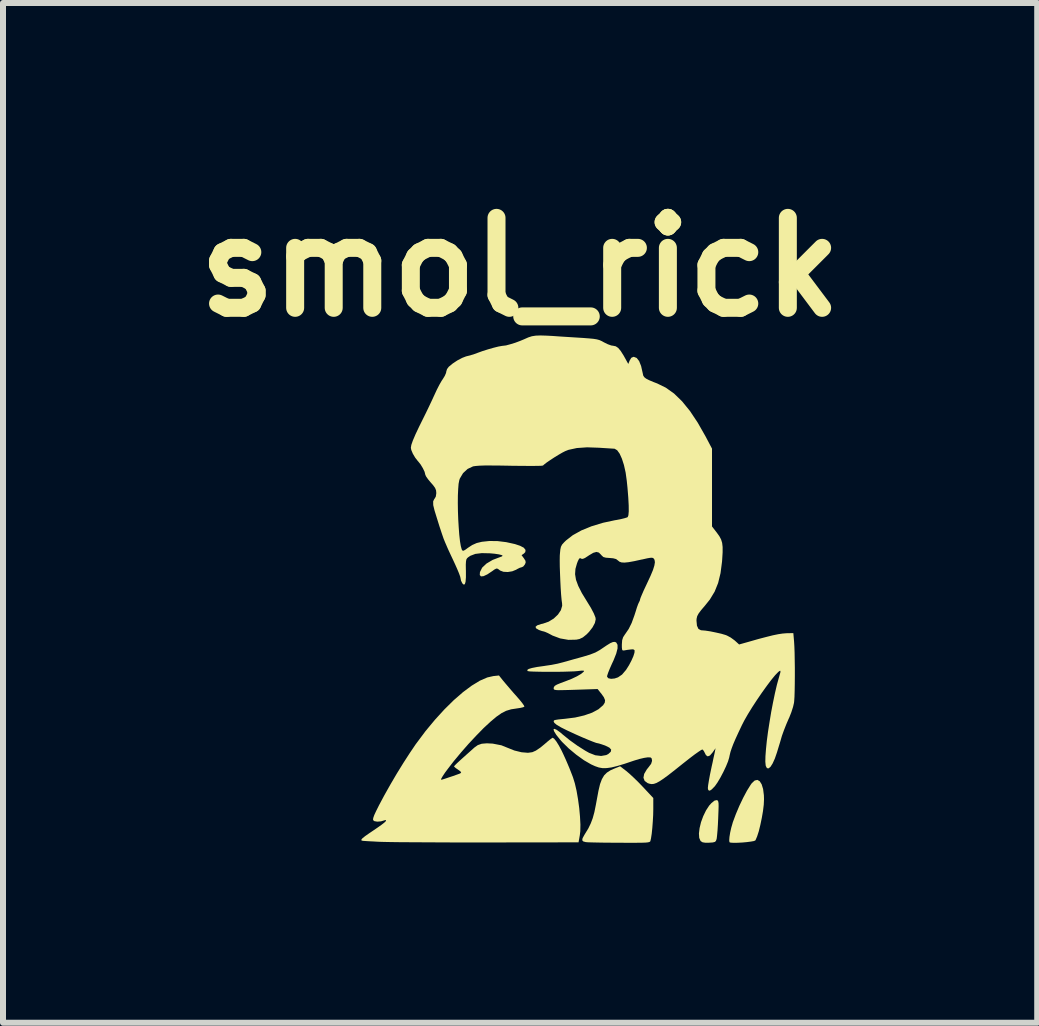
<source format=kicad_pcb>
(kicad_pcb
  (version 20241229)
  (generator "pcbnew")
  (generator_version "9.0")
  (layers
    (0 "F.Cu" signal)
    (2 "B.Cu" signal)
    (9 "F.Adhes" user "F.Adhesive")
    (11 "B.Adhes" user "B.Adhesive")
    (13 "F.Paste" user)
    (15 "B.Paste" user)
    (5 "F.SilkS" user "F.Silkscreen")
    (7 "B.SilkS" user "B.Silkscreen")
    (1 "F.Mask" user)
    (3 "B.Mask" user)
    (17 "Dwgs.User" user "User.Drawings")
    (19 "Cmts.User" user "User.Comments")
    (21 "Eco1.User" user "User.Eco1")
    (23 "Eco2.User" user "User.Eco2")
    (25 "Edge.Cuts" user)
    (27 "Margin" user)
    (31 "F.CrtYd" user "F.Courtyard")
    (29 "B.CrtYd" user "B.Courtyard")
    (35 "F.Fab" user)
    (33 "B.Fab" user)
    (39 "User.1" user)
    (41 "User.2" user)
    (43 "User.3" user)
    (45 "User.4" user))
  (footprint "smol_rick"
    (layer "F.Cu")
    (at 6.421 7.404)
    (property "Reference" "smol_rick" (at -0.8 -6 0) (layer "F.SilkS") (effects (font (size 1.5 1.5) (thickness 0.3))))
    (attr board_only exclude_from_pos_files exclude_from_bom)
    (fp_poly (pts (xy 2.484 2.887) (xy 2.496 2.894) (xy 2.504 2.91) (xy 2.509 2.939) (xy 2.51 2.987) (xy 2.508 3.06) (xy 2.504 3.163) (xy 2.503 3.191) (xy 2.498 3.296) (xy 2.492 3.391) (xy 2.485 3.469) (xy 2.479 3.522) (xy 2.476 3.537) (xy 2.465 3.567) (xy 2.448 3.583) (xy 2.412 3.592) (xy 2.351 3.596) (xy 2.284 3.596) (xy 2.242 3.589) (xy 2.214 3.571) (xy 2.209 3.567) (xy 2.187 3.516) (xy 2.182 3.442) (xy 2.193 3.352) (xy 2.217 3.253) (xy 2.254 3.153) (xy 2.3 3.058) (xy 2.353 2.977) (xy 2.39 2.936) (xy 2.442 2.894) (xy 2.48 2.886)) (stroke (width 0) (type solid)) (fill yes) (layer "F.SilkS"))
    (fp_poly (pts (xy 3.196 2.572) (xy 3.228 2.623) (xy 3.252 2.702) (xy 3.265 2.805) (xy 3.267 2.871) (xy 3.263 2.961) (xy 3.25 3.069) (xy 3.23 3.184) (xy 3.206 3.299) (xy 3.18 3.405) (xy 3.152 3.492) (xy 3.126 3.553) (xy 3.123 3.557) (xy 3.1 3.568) (xy 3.05 3.577) (xy 2.981 3.586) (xy 2.904 3.593) (xy 2.827 3.597) (xy 2.76 3.598) (xy 2.711 3.595) (xy 2.691 3.588) (xy 2.687 3.557) (xy 2.691 3.5) (xy 2.703 3.426) (xy 2.721 3.346) (xy 2.743 3.27) (xy 2.746 3.258) (xy 2.797 3.121) (xy 2.856 2.981) (xy 2.92 2.847) (xy 2.984 2.727) (xy 3.044 2.631) (xy 3.065 2.602) (xy 3.112 2.559) (xy 3.157 2.549)) (stroke (width 0) (type solid)) (fill yes) (layer "F.SilkS"))
    (fp_poly (pts (xy 0.971 2.401) (xy 1.024 2.446) (xy 1.093 2.51) (xy 1.17 2.585) (xy 1.244 2.662) (xy 1.248 2.666) (xy 1.421 2.851) (xy 1.421 3.037) (xy 1.419 3.134) (xy 1.413 3.24) (xy 1.405 3.347) (xy 1.395 3.445) (xy 1.383 3.523) (xy 1.373 3.567) (xy 1.368 3.577) (xy 1.356 3.584) (xy 1.333 3.59) (xy 1.296 3.594) (xy 1.239 3.596) (xy 1.159 3.597) (xy 1.052 3.598) (xy 0.914 3.597) (xy 0.852 3.597) (xy 0.717 3.596) (xy 0.591 3.595) (xy 0.481 3.593) (xy 0.391 3.591) (xy 0.328 3.589) (xy 0.296 3.586) (xy 0.295 3.586) (xy 0.254 3.575) (xy 0.236 3.555) (xy 0.242 3.521) (xy 0.272 3.466) (xy 0.286 3.443) (xy 0.338 3.358) (xy 0.378 3.275) (xy 0.411 3.188) (xy 0.439 3.086) (xy 0.464 2.962) (xy 0.481 2.87) (xy 0.507 2.73) (xy 0.533 2.62) (xy 0.564 2.537) (xy 0.601 2.474) (xy 0.648 2.427) (xy 0.707 2.389) (xy 0.765 2.363) (xy 0.868 2.322)) (stroke (width 0) (type solid)) (fill yes) (layer "F.SilkS"))
    (fp_poly (pts (xy -1.08 0.898) (xy -1.037 0.949) (xy -0.978 1.018) (xy -0.912 1.095) (xy -0.863 1.15) (xy -0.807 1.214) (xy -0.763 1.269) (xy -0.735 1.309) (xy -0.728 1.328) (xy -0.75 1.338) (xy -0.798 1.349) (xy -0.844 1.356) (xy -0.949 1.372) (xy -1.032 1.397) (xy -1.109 1.436) (xy -1.195 1.496) (xy -1.2 1.5) (xy -1.296 1.581) (xy -1.409 1.686) (xy -1.531 1.811) (xy -1.659 1.948) (xy -1.786 2.093) (xy -1.908 2.24) (xy -1.996 2.354) (xy -2.05 2.426) (xy -2.09 2.486) (xy -2.114 2.528) (xy -2.118 2.547) (xy -2.117 2.547) (xy -2.093 2.542) (xy -2.046 2.527) (xy -1.984 2.506) (xy -1.917 2.484) (xy -1.856 2.462) (xy -1.811 2.446) (xy -1.794 2.438) (xy -1.782 2.424) (xy -1.797 2.405) (xy -1.833 2.379) (xy -1.875 2.35) (xy -1.899 2.328) (xy -1.901 2.324) (xy -1.888 2.307) (xy -1.853 2.272) (xy -1.802 2.225) (xy -1.758 2.185) (xy -1.691 2.125) (xy -1.628 2.069) (xy -1.579 2.025) (xy -1.56 2.008) (xy -1.505 1.969) (xy -1.439 1.946) (xy -1.354 1.939) (xy -1.256 1.944) (xy -1.112 1.972) (xy -1.015 2.011) (xy -0.895 2.059) (xy -0.776 2.088) (xy -0.669 2.097) (xy -0.596 2.087) (xy -0.537 2.061) (xy -0.463 2.011) (xy -0.397 1.957) (xy -0.34 1.908) (xy -0.293 1.87) (xy -0.263 1.849) (xy -0.257 1.846) (xy -0.232 1.862) (xy -0.196 1.907) (xy -0.153 1.976) (xy -0.107 2.062) (xy -0.078 2.123) (xy -0.037 2.213) (xy -0.004 2.29) (xy 0.029 2.369) (xy 0.066 2.464) (xy 0.082 2.506) (xy 0.113 2.606) (xy 0.142 2.731) (xy 0.166 2.871) (xy 0.186 3.017) (xy 0.199 3.161) (xy 0.206 3.293) (xy 0.204 3.406) (xy 0.196 3.471) (xy 0.175 3.59) (xy -1.385 3.592) (xy -1.627 3.592) (xy -1.864 3.592) (xy -2.091 3.591) (xy -2.305 3.59) (xy -2.504 3.589) (xy -2.683 3.588) (xy -2.839 3.587) (xy -2.971 3.585) (xy -3.073 3.583) (xy -3.143 3.581) (xy -3.166 3.58) (xy -3.255 3.575) (xy -3.333 3.571) (xy -3.391 3.567) (xy -3.42 3.565) (xy -3.444 3.559) (xy -3.447 3.546) (xy -3.428 3.522) (xy -3.383 3.486) (xy -3.31 3.435) (xy -3.249 3.394) (xy -3.173 3.342) (xy -3.108 3.296) (xy -3.061 3.259) (xy -3.038 3.236) (xy -3.037 3.234) (xy -3.037 3.217) (xy -3.059 3.222) (xy -3.119 3.24) (xy -3.18 3.245) (xy -3.228 3.237) (xy -3.245 3.225) (xy -3.252 3.208) (xy -3.247 3.18) (xy -3.231 3.135) (xy -3.2 3.068) (xy -3.153 2.974) (xy -3.151 2.97) (xy -3.064 2.807) (xy -2.964 2.629) (xy -2.856 2.445) (xy -2.745 2.265) (xy -2.637 2.098) (xy -2.539 1.953) (xy -2.529 1.94) (xy -2.376 1.735) (xy -2.219 1.546) (xy -2.061 1.373) (xy -1.905 1.219) (xy -1.752 1.086) (xy -1.607 0.978) (xy -1.471 0.895) (xy -1.347 0.841) (xy -1.246 0.818) (xy -1.152 0.808)) (stroke (width 0) (type solid)) (fill yes) (layer "F.SilkS"))
    (fp_poly (pts (xy -0.361 -4.858) (xy -0.263 -4.853) (xy -0.137 -4.844) (xy 0.005 -4.835) (xy 0.146 -4.826) (xy 0.244 -4.82) (xy 0.348 -4.812) (xy 0.423 -4.805) (xy 0.479 -4.796) (xy 0.523 -4.784) (xy 0.563 -4.766) (xy 0.599 -4.746) (xy 0.662 -4.715) (xy 0.72 -4.694) (xy 0.753 -4.689) (xy 0.796 -4.68) (xy 0.836 -4.653) (xy 0.879 -4.601) (xy 0.93 -4.52) (xy 0.943 -4.496) (xy 1.004 -4.386) (xy 1.028 -4.445) (xy 1.055 -4.489) (xy 1.09 -4.504) (xy 1.098 -4.504) (xy 1.144 -4.486) (xy 1.185 -4.434) (xy 1.218 -4.351) (xy 1.243 -4.24) (xy 1.246 -4.227) (xy 1.253 -4.193) (xy 1.27 -4.166) (xy 1.3 -4.142) (xy 1.35 -4.116) (xy 1.426 -4.084) (xy 1.486 -4.061) (xy 1.629 -3.991) (xy 1.767 -3.893) (xy 1.901 -3.763) (xy 2.032 -3.602) (xy 2.162 -3.407) (xy 2.293 -3.177) (xy 2.296 -3.171) (xy 2.4 -2.974) (xy 2.4 -2.325) (xy 2.4 -1.677) (xy 2.481 -1.572) (xy 2.522 -1.515) (xy 2.551 -1.461) (xy 2.569 -1.403) (xy 2.577 -1.334) (xy 2.577 -1.245) (xy 2.57 -1.13) (xy 2.567 -1.089) (xy 2.542 -0.898) (xy 2.502 -0.734) (xy 2.444 -0.59) (xy 2.364 -0.458) (xy 2.283 -0.357) (xy 2.219 -0.282) (xy 2.177 -0.226) (xy 2.153 -0.181) (xy 2.143 -0.138) (xy 2.141 -0.108) (xy 2.149 -0.022) (xy 2.174 0.032) (xy 2.216 0.054) (xy 2.229 0.055) (xy 2.29 0.06) (xy 2.374 0.073) (xy 2.466 0.092) (xy 2.555 0.112) (xy 2.626 0.133) (xy 2.649 0.142) (xy 2.711 0.175) (xy 2.773 0.22) (xy 2.787 0.232) (xy 2.852 0.291) (xy 3.009 0.247) (xy 3.173 0.2) (xy 3.307 0.165) (xy 3.415 0.138) (xy 3.503 0.12) (xy 3.576 0.109) (xy 3.638 0.104) (xy 3.655 0.103) (xy 3.756 0.102) (xy 3.768 0.24) (xy 3.773 0.322) (xy 3.777 0.427) (xy 3.779 0.55) (xy 3.781 0.682) (xy 3.781 0.816) (xy 3.78 0.946) (xy 3.778 1.064) (xy 3.775 1.163) (xy 3.77 1.237) (xy 3.767 1.264) (xy 3.751 1.333) (xy 3.723 1.42) (xy 3.689 1.507) (xy 3.677 1.532) (xy 3.638 1.623) (xy 3.599 1.722) (xy 3.567 1.811) (xy 3.562 1.827) (xy 3.536 1.917) (xy 3.506 2.015) (xy 3.483 2.091) (xy 3.447 2.195) (xy 3.41 2.276) (xy 3.375 2.331) (xy 3.343 2.357) (xy 3.316 2.353) (xy 3.297 2.317) (xy 3.295 2.308) (xy 3.289 2.246) (xy 3.291 2.153) (xy 3.3 2.035) (xy 3.314 1.897) (xy 3.334 1.745) (xy 3.359 1.585) (xy 3.386 1.421) (xy 3.417 1.259) (xy 3.449 1.105) (xy 3.482 0.963) (xy 3.516 0.84) (xy 3.524 0.812) (xy 3.54 0.756) (xy 3.541 0.73) (xy 3.527 0.732) (xy 3.505 0.749) (xy 3.453 0.803) (xy 3.387 0.883) (xy 3.312 0.983) (xy 3.231 1.096) (xy 3.149 1.216) (xy 3.07 1.337) (xy 2.998 1.454) (xy 2.938 1.559) (xy 2.9 1.633) (xy 2.838 1.764) (xy 2.79 1.869) (xy 2.754 1.953) (xy 2.728 2.022) (xy 2.708 2.082) (xy 2.694 2.14) (xy 2.686 2.178) (xy 2.667 2.241) (xy 2.633 2.324) (xy 2.589 2.417) (xy 2.54 2.51) (xy 2.492 2.591) (xy 2.45 2.651) (xy 2.443 2.659) (xy 2.395 2.708) (xy 2.363 2.729) (xy 2.343 2.723) (xy 2.333 2.706) (xy 2.331 2.681) (xy 2.336 2.634) (xy 2.348 2.56) (xy 2.367 2.457) (xy 2.395 2.323) (xy 2.409 2.261) (xy 2.424 2.188) (xy 2.439 2.121) (xy 2.448 2.077) (xy 2.459 2.021) (xy 2.41 2.091) (xy 2.366 2.142) (xy 2.329 2.157) (xy 2.299 2.136) (xy 2.283 2.105) (xy 2.262 2.064) (xy 2.241 2.042) (xy 2.241 2.041) (xy 2.22 2.05) (xy 2.176 2.079) (xy 2.112 2.124) (xy 2.033 2.184) (xy 1.944 2.254) (xy 1.911 2.28) (xy 1.782 2.383) (xy 1.677 2.465) (xy 1.593 2.527) (xy 1.527 2.571) (xy 1.474 2.6) (xy 1.431 2.615) (xy 1.393 2.619) (xy 1.359 2.613) (xy 1.328 2.603) (xy 1.277 2.566) (xy 1.257 2.513) (xy 1.269 2.449) (xy 1.313 2.374) (xy 1.342 2.338) (xy 1.385 2.281) (xy 1.4 2.233) (xy 1.399 2.218) (xy 1.392 2.187) (xy 1.373 2.174) (xy 1.33 2.173) (xy 1.32 2.174) (xy 1.268 2.182) (xy 1.195 2.199) (xy 1.114 2.223) (xy 1.089 2.231) (xy 0.941 2.281) (xy 0.821 2.317) (xy 0.724 2.341) (xy 0.644 2.352) (xy 0.576 2.353) (xy 0.513 2.342) (xy 0.45 2.32) (xy 0.384 2.29) (xy 0.265 2.221) (xy 0.137 2.129) (xy 0.012 2.025) (xy -0.099 1.916) (xy -0.135 1.875) (xy -0.197 1.797) (xy -0.232 1.74) (xy -0.243 1.707) (xy -0.228 1.697) (xy -0.19 1.714) (xy -0.129 1.758) (xy -0.093 1.789) (xy 0.028 1.887) (xy 0.159 1.981) (xy 0.287 2.062) (xy 0.351 2.098) (xy 0.454 2.138) (xy 0.551 2.15) (xy 0.636 2.135) (xy 0.67 2.118) (xy 0.712 2.08) (xy 0.719 2.044) (xy 0.689 2.011) (xy 0.622 1.978) (xy 0.618 1.976) (xy 0.56 1.956) (xy 0.515 1.942) (xy 0.496 1.938) (xy 0.466 1.931) (xy 0.409 1.91) (xy 0.33 1.878) (xy 0.235 1.838) (xy 0.131 1.792) (xy 0.023 1.742) (xy -0.014 1.725) (xy -0.118 1.673) (xy -0.189 1.631) (xy -0.229 1.598) (xy -0.241 1.571) (xy -0.233 1.556) (xy -0.21 1.549) (xy -0.16 1.541) (xy -0.09 1.534) (xy -0.05 1.53) (xy 0.117 1.509) (xy 0.269 1.474) (xy 0.401 1.428) (xy 0.507 1.371) (xy 0.582 1.306) (xy 0.584 1.305) (xy 0.612 1.261) (xy 0.617 1.22) (xy 0.597 1.171) (xy 0.551 1.106) (xy 0.548 1.104) (xy 0.493 1.034) (xy 0.126 1.046) (xy 0.002 1.05) (xy -0.091 1.052) (xy -0.156 1.053) (xy -0.199 1.051) (xy -0.224 1.046) (xy -0.236 1.039) (xy -0.24 1.028) (xy -0.24 1.021) (xy -0.236 1) (xy -0.22 0.98) (xy -0.186 0.96) (xy -0.128 0.936) (xy -0.042 0.904) (xy -0.037 0.902) (xy 0.062 0.863) (xy 0.15 0.821) (xy 0.218 0.781) (xy 0.259 0.747) (xy 0.267 0.733) (xy 0.255 0.727) (xy 0.218 0.728) (xy 0.164 0.734) (xy 0.106 0.739) (xy 0.025 0.742) (xy -0.073 0.745) (xy -0.18 0.747) (xy -0.291 0.747) (xy -0.399 0.747) (xy -0.497 0.745) (xy -0.58 0.743) (xy -0.641 0.74) (xy -0.672 0.735) (xy -0.675 0.734) (xy -0.68 0.716) (xy -0.656 0.699) (xy -0.602 0.683) (xy -0.516 0.666) (xy -0.395 0.649) (xy -0.37 0.645) (xy -0.275 0.631) (xy -0.174 0.611) (xy -0.088 0.589) (xy -0.084 0.588) (xy -0.009 0.567) (xy 0.086 0.54) (xy 0.188 0.512) (xy 0.249 0.495) (xy 0.365 0.46) (xy 0.455 0.425) (xy 0.527 0.385) (xy 0.554 0.367) (xy 0.641 0.308) (xy 0.704 0.269) (xy 0.749 0.25) (xy 0.782 0.248) (xy 0.804 0.259) (xy 0.825 0.297) (xy 0.825 0.357) (xy 0.803 0.443) (xy 0.759 0.554) (xy 0.73 0.616) (xy 0.696 0.693) (xy 0.669 0.76) (xy 0.653 0.808) (xy 0.65 0.828) (xy 0.671 0.854) (xy 0.717 0.864) (xy 0.777 0.858) (xy 0.833 0.839) (xy 0.9 0.793) (xy 0.964 0.718) (xy 0.968 0.713) (xy 1.016 0.637) (xy 1.057 0.559) (xy 1.089 0.487) (xy 1.107 0.429) (xy 1.11 0.392) (xy 1.108 0.388) (xy 1.098 0.377) (xy 1.08 0.372) (xy 1.047 0.374) (xy 0.99 0.381) (xy 0.932 0.391) (xy 0.912 0.391) (xy 0.901 0.376) (xy 0.897 0.34) (xy 0.897 0.29) (xy 0.902 0.22) (xy 0.918 0.17) (xy 0.949 0.122) (xy 0.955 0.114) (xy 1.011 0.032) (xy 1.06 -0.067) (xy 1.106 -0.193) (xy 1.127 -0.258) (xy 1.148 -0.326) (xy 1.168 -0.381) (xy 1.182 -0.412) (xy 1.184 -0.414) (xy 1.199 -0.448) (xy 1.2 -0.458) (xy 1.208 -0.484) (xy 1.229 -0.535) (xy 1.26 -0.607) (xy 1.3 -0.692) (xy 1.317 -0.728) (xy 1.375 -0.853) (xy 1.416 -0.951) (xy 1.439 -1.025) (xy 1.448 -1.08) (xy 1.442 -1.119) (xy 1.433 -1.135) (xy 1.42 -1.149) (xy 1.401 -1.155) (xy 1.37 -1.154) (xy 1.318 -1.145) (xy 1.239 -1.127) (xy 1.226 -1.125) (xy 1.103 -1.098) (xy 1.009 -1.081) (xy 0.94 -1.074) (xy 0.891 -1.077) (xy 0.857 -1.089) (xy 0.835 -1.107) (xy 0.801 -1.133) (xy 0.751 -1.146) (xy 0.692 -1.151) (xy 0.629 -1.156) (xy 0.589 -1.167) (xy 0.562 -1.191) (xy 0.55 -1.205) (xy 0.514 -1.241) (xy 0.473 -1.252) (xy 0.42 -1.237) (xy 0.349 -1.195) (xy 0.339 -1.188) (xy 0.282 -1.151) (xy 0.246 -1.136) (xy 0.222 -1.138) (xy 0.214 -1.143) (xy 0.198 -1.149) (xy 0.182 -1.135) (xy 0.162 -1.095) (xy 0.148 -1.058) (xy 0.123 -0.969) (xy 0.117 -0.881) (xy 0.132 -0.788) (xy 0.17 -0.685) (xy 0.23 -0.566) (xy 0.307 -0.44) (xy 0.38 -0.321) (xy 0.429 -0.228) (xy 0.456 -0.161) (xy 0.461 -0.129) (xy 0.447 -0.067) (xy 0.408 0.006) (xy 0.35 0.081) (xy 0.309 0.123) (xy 0.247 0.173) (xy 0.19 0.2) (xy 0.136 0.211) (xy 0.006 0.214) (xy -0.132 0.19) (xy -0.26 0.142) (xy -0.28 0.131) (xy -0.337 0.101) (xy -0.383 0.081) (xy -0.405 0.074) (xy -0.435 0.067) (xy -0.481 0.051) (xy -0.49 0.047) (xy -0.534 0.021) (xy -0.542 -0.004) (xy -0.514 -0.028) (xy -0.449 -0.05) (xy -0.419 -0.056) (xy -0.324 -0.089) (xy -0.239 -0.141) (xy -0.169 -0.207) (xy -0.12 -0.28) (xy -0.098 -0.354) (xy -0.1 -0.395) (xy -0.108 -0.454) (xy -0.116 -0.542) (xy -0.123 -0.65) (xy -0.129 -0.77) (xy -0.134 -0.892) (xy -0.138 -1.008) (xy -0.139 -1.11) (xy -0.138 -1.188) (xy -0.136 -1.218) (xy -0.129 -1.29) (xy -0.119 -1.337) (xy -0.1 -1.374) (xy -0.066 -1.412) (xy -0.033 -1.444) (xy 0.079 -1.531) (xy 0.223 -1.611) (xy 0.392 -1.68) (xy 0.583 -1.738) (xy 0.788 -1.782) (xy 0.793 -1.782) (xy 0.872 -1.797) (xy 0.938 -1.813) (xy 0.983 -1.827) (xy 0.994 -1.833) (xy 1.006 -1.863) (xy 1.012 -1.929) (xy 1.011 -2.028) (xy 1.004 -2.159) (xy 0.991 -2.32) (xy 0.979 -2.437) (xy 0.96 -2.575) (xy 0.932 -2.7) (xy 0.898 -2.806) (xy 0.86 -2.89) (xy 0.819 -2.947) (xy 0.777 -2.972) (xy 0.769 -2.973) (xy 0.735 -2.975) (xy 0.673 -2.979) (xy 0.594 -2.984) (xy 0.519 -2.989) (xy 0.317 -2.996) (xy 0.146 -2.984) (xy 0.008 -2.954) (xy -0.046 -2.933) (xy -0.095 -2.908) (xy -0.159 -2.871) (xy -0.229 -2.828) (xy -0.299 -2.782) (xy -0.359 -2.741) (xy -0.401 -2.708) (xy -0.417 -2.693) (xy -0.437 -2.689) (xy -0.489 -2.687) (xy -0.569 -2.686) (xy -0.671 -2.686) (xy -0.792 -2.687) (xy -0.927 -2.688) (xy -0.965 -2.689) (xy -1.14 -2.692) (xy -1.282 -2.693) (xy -1.393 -2.693) (xy -1.478 -2.69) (xy -1.539 -2.685) (xy -1.581 -2.679) (xy -1.587 -2.677) (xy -1.676 -2.635) (xy -1.751 -2.565) (xy -1.804 -2.476) (xy -1.813 -2.45) (xy -1.825 -2.389) (xy -1.832 -2.301) (xy -1.837 -2.191) (xy -1.838 -2.066) (xy -1.836 -1.931) (xy -1.831 -1.794) (xy -1.823 -1.661) (xy -1.814 -1.539) (xy -1.802 -1.432) (xy -1.788 -1.349) (xy -1.773 -1.295) (xy -1.77 -1.288) (xy -1.757 -1.272) (xy -1.739 -1.273) (xy -1.706 -1.293) (xy -1.67 -1.32) (xy -1.598 -1.367) (xy -1.524 -1.4) (xy -1.437 -1.421) (xy -1.325 -1.433) (xy -1.31 -1.434) (xy -1.178 -1.433) (xy -1.031 -1.415) (xy -0.886 -1.383) (xy -0.799 -1.354) (xy -0.738 -1.322) (xy -0.709 -1.285) (xy -0.713 -1.249) (xy -0.736 -1.225) (xy -0.775 -1.198) (xy -0.735 -1.144) (xy -0.71 -1.104) (xy -0.707 -1.074) (xy -0.72 -1.043) (xy -0.747 -1.009) (xy -0.772 -0.997) (xy -0.804 -0.988) (xy -0.85 -0.965) (xy -0.864 -0.956) (xy -0.93 -0.929) (xy -1.005 -0.917) (xy -1.078 -0.921) (xy -1.133 -0.942) (xy -1.142 -0.949) (xy -1.171 -0.971) (xy -1.196 -0.975) (xy -1.23 -0.957) (xy -1.261 -0.934) (xy -1.345 -0.878) (xy -1.409 -0.848) (xy -1.452 -0.844) (xy -1.472 -0.867) (xy -1.469 -0.916) (xy -1.432 -0.99) (xy -1.36 -1.058) (xy -1.257 -1.119) (xy -1.123 -1.17) (xy -1.108 -1.175) (xy -1.09 -1.187) (xy -1.106 -1.199) (xy -1.152 -1.211) (xy -1.225 -1.222) (xy -1.303 -1.229) (xy -1.439 -1.232) (xy -1.546 -1.219) (xy -1.628 -1.188) (xy -1.664 -1.164) (xy -1.684 -1.146) (xy -1.696 -1.125) (xy -1.702 -1.092) (xy -1.705 -1.04) (xy -1.704 -0.962) (xy -1.703 -0.938) (xy -1.703 -0.828) (xy -1.709 -0.754) (xy -1.721 -0.714) (xy -1.74 -0.707) (xy -1.763 -0.728) (xy -1.785 -0.774) (xy -1.791 -0.806) (xy -1.798 -0.839) (xy -1.819 -0.897) (xy -1.85 -0.971) (xy -1.884 -1.047) (xy -1.922 -1.129) (xy -1.956 -1.201) (xy -1.981 -1.255) (xy -1.994 -1.283) (xy -2.011 -1.321) (xy -2.035 -1.377) (xy -2.049 -1.409) (xy -2.075 -1.473) (xy -2.106 -1.563) (xy -2.145 -1.681) (xy -2.192 -1.832) (xy -2.226 -1.942) (xy -2.248 -2.032) (xy -2.249 -2.096) (xy -2.229 -2.137) (xy -2.224 -2.141) (xy -2.205 -2.175) (xy -2.197 -2.229) (xy -2.197 -2.236) (xy -2.201 -2.279) (xy -2.217 -2.319) (xy -2.251 -2.366) (xy -2.289 -2.409) (xy -2.334 -2.463) (xy -2.367 -2.51) (xy -2.381 -2.541) (xy -2.381 -2.543) (xy -2.392 -2.588) (xy -2.421 -2.648) (xy -2.459 -2.711) (xy -2.502 -2.765) (xy -2.504 -2.766) (xy -2.549 -2.824) (xy -2.588 -2.89) (xy -2.614 -2.952) (xy -2.621 -2.989) (xy -2.613 -3.037) (xy -2.587 -3.111) (xy -2.543 -3.214) (xy -2.481 -3.345) (xy -2.426 -3.456) (xy -2.374 -3.561) (xy -2.319 -3.675) (xy -2.268 -3.783) (xy -2.227 -3.872) (xy -2.187 -3.958) (xy -2.145 -4.04) (xy -2.107 -4.106) (xy -2.088 -4.134) (xy -2.055 -4.188) (xy -2.034 -4.237) (xy -2.031 -4.257) (xy -2.018 -4.3) (xy -1.989 -4.339) (xy -1.925 -4.392) (xy -1.847 -4.444) (xy -1.768 -4.486) (xy -1.701 -4.512) (xy -1.689 -4.515) (xy -1.632 -4.529) (xy -1.56 -4.552) (xy -1.508 -4.571) (xy -1.425 -4.601) (xy -1.333 -4.63) (xy -1.242 -4.656) (xy -1.162 -4.676) (xy -1.101 -4.687) (xy -1.082 -4.689) (xy -1.034 -4.695) (xy -0.964 -4.714) (xy -0.882 -4.739) (xy -0.799 -4.77) (xy -0.727 -4.8) (xy -0.723 -4.802) (xy -0.662 -4.829) (xy -0.603 -4.848) (xy -0.539 -4.858) (xy -0.461 -4.861)) (stroke (width 0) (type solid)) (fill yes) (layer "F.SilkS")))
  (gr_rect
    (start -3 -3)
    (end 14.243 14.002)
    (stroke (width 0.1) (type default))
    (fill no)
    (layer "Edge.Cuts")))
</source>
